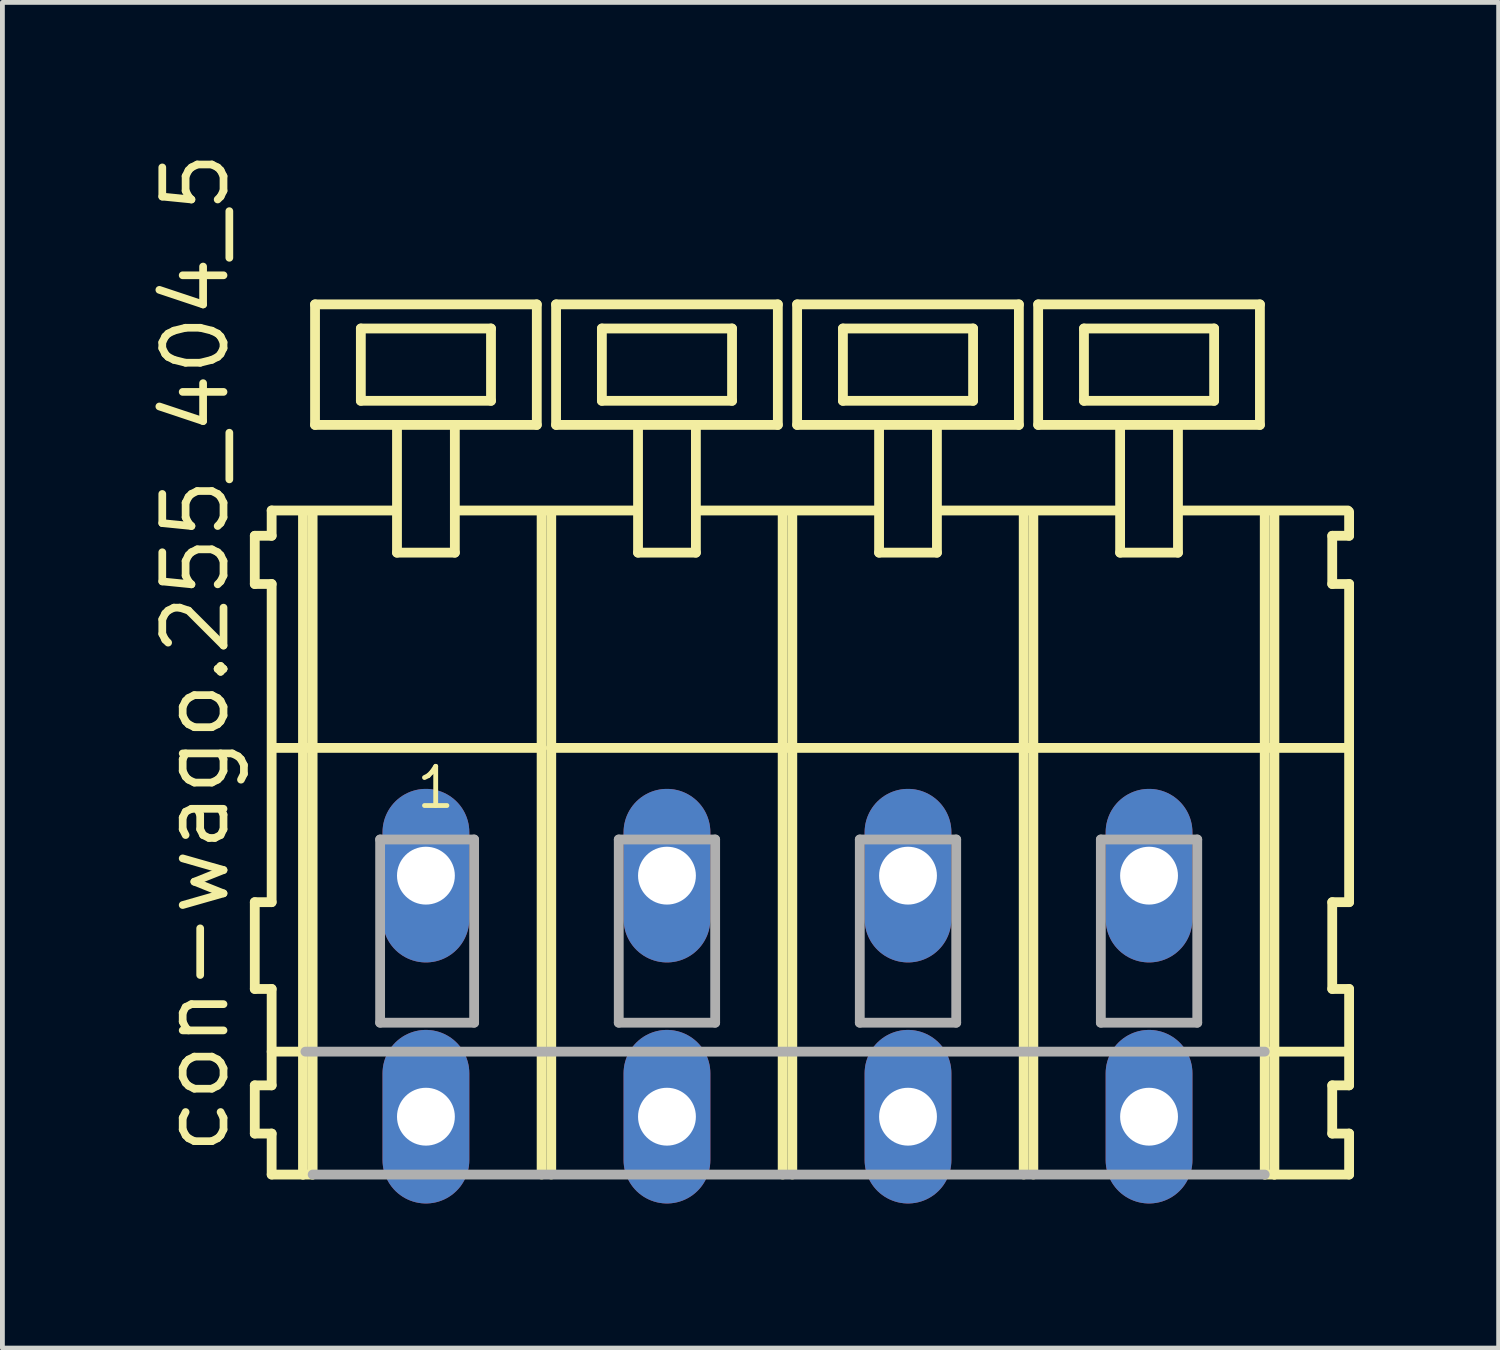
<source format=kicad_pcb>
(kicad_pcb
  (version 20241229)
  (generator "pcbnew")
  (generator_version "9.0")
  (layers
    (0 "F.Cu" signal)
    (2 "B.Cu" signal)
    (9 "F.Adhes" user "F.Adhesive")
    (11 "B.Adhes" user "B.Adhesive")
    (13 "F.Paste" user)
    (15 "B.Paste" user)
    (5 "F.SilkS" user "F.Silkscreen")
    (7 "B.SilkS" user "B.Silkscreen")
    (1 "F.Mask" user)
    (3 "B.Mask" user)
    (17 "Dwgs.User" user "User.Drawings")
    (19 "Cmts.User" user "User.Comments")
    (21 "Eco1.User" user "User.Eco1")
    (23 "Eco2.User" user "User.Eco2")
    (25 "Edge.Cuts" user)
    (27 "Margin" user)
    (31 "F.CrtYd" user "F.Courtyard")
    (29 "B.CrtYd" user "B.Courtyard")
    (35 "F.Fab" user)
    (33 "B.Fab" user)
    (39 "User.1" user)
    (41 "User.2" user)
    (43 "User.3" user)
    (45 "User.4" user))
  (footprint "con-wago.255_404_5"
    (layer "F.Cu")
    (at 13.285 15.114)
    (property "Reference" "con-wago.255_404_5" (at -11.535 5.855 90) (layer "F.SilkS") (effects (font (size 1.27 1.27) (thickness 0.16)) (justify left bottom)))
    (attr through_hole)
    (fp_line (start -11.05 -7.05) (end -11.05 -6.05) (stroke (width 0.203) (type default)) (layer "F.SilkS"))
    (fp_line (start -11.05 -6.05) (end -10.7 -6.05) (stroke (width 0.203) (type default)) (layer "F.SilkS"))
    (fp_line (start -11.05 0.55) (end -11.05 2.35) (stroke (width 0.203) (type default)) (layer "F.SilkS"))
    (fp_line (start -11.05 2.35) (end -10.7 2.35) (stroke (width 0.203) (type default)) (layer "F.SilkS"))
    (fp_line (start -11.05 4.35) (end -11.05 5.35) (stroke (width 0.203) (type default)) (layer "F.SilkS"))
    (fp_line (start -11.05 5.35) (end -10.7 5.35) (stroke (width 0.203) (type default)) (layer "F.SilkS"))
    (fp_line (start -10.7 -7.575) (end -10.7 -7.05) (stroke (width 0.203) (type default)) (layer "F.SilkS"))
    (fp_line (start -10.7 -7.575) (end -8.125 -7.575) (stroke (width 0.203) (type default)) (layer "F.SilkS"))
    (fp_line (start -10.7 -7.05) (end -11.05 -7.05) (stroke (width 0.203) (type default)) (layer "F.SilkS"))
    (fp_line (start -10.7 -6.05) (end -10.7 0.55) (stroke (width 0.203) (type default)) (layer "F.SilkS"))
    (fp_line (start -10.7 0.55) (end -11.05 0.55) (stroke (width 0.203) (type default)) (layer "F.SilkS"))
    (fp_line (start -10.7 2.35) (end -10.7 4.35) (stroke (width 0.203) (type default)) (layer "F.SilkS"))
    (fp_line (start -10.7 3.65) (end -10 3.65) (stroke (width 0.203) (type default)) (layer "F.SilkS"))
    (fp_line (start -10.7 4.35) (end -11.05 4.35) (stroke (width 0.203) (type default)) (layer "F.SilkS"))
    (fp_line (start -10.7 5.35) (end -10.7 6.2) (stroke (width 0.203) (type default)) (layer "F.SilkS"))
    (fp_line (start -10.7 6.2) (end -10.05 6.2) (stroke (width 0.203) (type default)) (layer "F.SilkS"))
    (fp_line (start -10.65 -2.65) (end -5.1 -2.65) (stroke (width 0.203) (type default)) (layer "F.SilkS"))
    (fp_line (start -10.05 -7.55) (end -10.05 6.2) (stroke (width 0.203) (type default)) (layer "F.SilkS"))
    (fp_line (start -10.05 6.2) (end -9.85 6.2) (stroke (width 0.203) (type default)) (layer "F.SilkS"))
    (fp_line (start -9.85 -7.55) (end -9.85 6.2) (stroke (width 0.203) (type default)) (layer "F.SilkS"))
    (fp_line (start -9.8 -11.85) (end -9.8 -9.35) (stroke (width 0.203) (type default)) (layer "F.SilkS"))
    (fp_line (start -9.8 -9.35) (end -8.1 -9.35) (stroke (width 0.203) (type default)) (layer "F.SilkS"))
    (fp_line (start -8.85 -11.35) (end -8.85 -9.85) (stroke (width 0.203) (type default)) (layer "F.SilkS"))
    (fp_line (start -8.85 -9.85) (end -6.15 -9.85) (stroke (width 0.203) (type default)) (layer "F.SilkS"))
    (fp_line (start -8.1 -9.35) (end -8.1 -6.7) (stroke (width 0.203) (type default)) (layer "F.SilkS"))
    (fp_line (start -8.1 -9.35) (end -6.9 -9.35) (stroke (width 0.203) (type default)) (layer "F.SilkS"))
    (fp_line (start -8.1 -6.7) (end -6.9 -6.7) (stroke (width 0.203) (type default)) (layer "F.SilkS"))
    (fp_line (start -6.9 -9.35) (end -5.2 -9.35) (stroke (width 0.203) (type default)) (layer "F.SilkS"))
    (fp_line (start -6.9 -6.7) (end -6.9 -9.35) (stroke (width 0.203) (type default)) (layer "F.SilkS"))
    (fp_line (start -6.825 -7.575) (end -3.125 -7.575) (stroke (width 0.203) (type default)) (layer "F.SilkS"))
    (fp_line (start -6.15 -11.35) (end -8.85 -11.35) (stroke (width 0.203) (type default)) (layer "F.SilkS"))
    (fp_line (start -6.15 -9.85) (end -6.15 -11.35) (stroke (width 0.203) (type default)) (layer "F.SilkS"))
    (fp_line (start -5.2 -11.85) (end -9.8 -11.85) (stroke (width 0.203) (type default)) (layer "F.SilkS"))
    (fp_line (start -5.2 -9.35) (end -5.2 -11.85) (stroke (width 0.203) (type default)) (layer "F.SilkS"))
    (fp_line (start -5.1 -7.55) (end -5.1 -2.65) (stroke (width 0.203) (type default)) (layer "F.SilkS"))
    (fp_line (start -5.1 -2.65) (end -5.1 6.2) (stroke (width 0.203) (type default)) (layer "F.SilkS"))
    (fp_line (start -4.9 -7.55) (end -4.9 -2.65) (stroke (width 0.203) (type default)) (layer "F.SilkS"))
    (fp_line (start -4.9 -2.65) (end -4.9 6.2) (stroke (width 0.203) (type default)) (layer "F.SilkS"))
    (fp_line (start -4.9 -2.65) (end -0.1 -2.65) (stroke (width 0.203) (type default)) (layer "F.SilkS"))
    (fp_line (start -4.8 -11.85) (end -4.8 -9.35) (stroke (width 0.203) (type default)) (layer "F.SilkS"))
    (fp_line (start -4.8 -9.35) (end -3.1 -9.35) (stroke (width 0.203) (type default)) (layer "F.SilkS"))
    (fp_line (start -3.85 -11.35) (end -3.85 -9.85) (stroke (width 0.203) (type default)) (layer "F.SilkS"))
    (fp_line (start -3.85 -9.85) (end -1.15 -9.85) (stroke (width 0.203) (type default)) (layer "F.SilkS"))
    (fp_line (start -3.1 -9.35) (end -3.1 -6.7) (stroke (width 0.203) (type default)) (layer "F.SilkS"))
    (fp_line (start -3.1 -9.35) (end -1.9 -9.35) (stroke (width 0.203) (type default)) (layer "F.SilkS"))
    (fp_line (start -3.1 -6.7) (end -1.9 -6.7) (stroke (width 0.203) (type default)) (layer "F.SilkS"))
    (fp_line (start -1.9 -9.35) (end -0.2 -9.35) (stroke (width 0.203) (type default)) (layer "F.SilkS"))
    (fp_line (start -1.9 -6.7) (end -1.9 -9.35) (stroke (width 0.203) (type default)) (layer "F.SilkS"))
    (fp_line (start -1.875 -7.575) (end 1.875 -7.575) (stroke (width 0.203) (type default)) (layer "F.SilkS"))
    (fp_line (start -1.15 -11.35) (end -3.85 -11.35) (stroke (width 0.203) (type default)) (layer "F.SilkS"))
    (fp_line (start -1.15 -9.85) (end -1.15 -11.35) (stroke (width 0.203) (type default)) (layer "F.SilkS"))
    (fp_line (start -0.2 -11.85) (end -4.8 -11.85) (stroke (width 0.203) (type default)) (layer "F.SilkS"))
    (fp_line (start -0.2 -9.35) (end -0.2 -11.85) (stroke (width 0.203) (type default)) (layer "F.SilkS"))
    (fp_line (start -0.1 -7.55) (end -0.1 -2.65) (stroke (width 0.203) (type default)) (layer "F.SilkS"))
    (fp_line (start -0.1 -2.65) (end -0.1 6.2) (stroke (width 0.203) (type default)) (layer "F.SilkS"))
    (fp_line (start -0.1 -2.65) (end 0.1 -2.65) (stroke (width 0.203) (type default)) (layer "F.SilkS"))
    (fp_line (start 0.1 -7.55) (end 0.1 -2.65) (stroke (width 0.203) (type default)) (layer "F.SilkS"))
    (fp_line (start 0.1 -2.65) (end 0.1 6.2) (stroke (width 0.203) (type default)) (layer "F.SilkS"))
    (fp_line (start 0.1 -2.65) (end 4.9 -2.65) (stroke (width 0.203) (type default)) (layer "F.SilkS"))
    (fp_line (start 0.2 -11.85) (end 0.2 -9.35) (stroke (width 0.203) (type default)) (layer "F.SilkS"))
    (fp_line (start 0.2 -9.35) (end 1.9 -9.35) (stroke (width 0.203) (type default)) (layer "F.SilkS"))
    (fp_line (start 1.15 -11.35) (end 1.15 -9.85) (stroke (width 0.203) (type default)) (layer "F.SilkS"))
    (fp_line (start 1.15 -9.85) (end 3.85 -9.85) (stroke (width 0.203) (type default)) (layer "F.SilkS"))
    (fp_line (start 1.9 -9.35) (end 1.9 -6.7) (stroke (width 0.203) (type default)) (layer "F.SilkS"))
    (fp_line (start 1.9 -9.35) (end 3.1 -9.35) (stroke (width 0.203) (type default)) (layer "F.SilkS"))
    (fp_line (start 1.9 -6.7) (end 3.1 -6.7) (stroke (width 0.203) (type default)) (layer "F.SilkS"))
    (fp_line (start 3.1 -9.35) (end 4.8 -9.35) (stroke (width 0.203) (type default)) (layer "F.SilkS"))
    (fp_line (start 3.1 -6.7) (end 3.1 -9.35) (stroke (width 0.203) (type default)) (layer "F.SilkS"))
    (fp_line (start 3.125 -7.575) (end 6.875 -7.575) (stroke (width 0.203) (type default)) (layer "F.SilkS"))
    (fp_line (start 3.85 -11.35) (end 1.15 -11.35) (stroke (width 0.203) (type default)) (layer "F.SilkS"))
    (fp_line (start 3.85 -9.85) (end 3.85 -11.35) (stroke (width 0.203) (type default)) (layer "F.SilkS"))
    (fp_line (start 4.8 -11.85) (end 0.2 -11.85) (stroke (width 0.203) (type default)) (layer "F.SilkS"))
    (fp_line (start 4.8 -9.35) (end 4.8 -11.85) (stroke (width 0.203) (type default)) (layer "F.SilkS"))
    (fp_line (start 4.9 -7.55) (end 4.9 -2.65) (stroke (width 0.203) (type default)) (layer "F.SilkS"))
    (fp_line (start 4.9 -2.65) (end 4.9 6.2) (stroke (width 0.203) (type default)) (layer "F.SilkS"))
    (fp_line (start 4.9 -2.65) (end 5.1 -2.65) (stroke (width 0.203) (type default)) (layer "F.SilkS"))
    (fp_line (start 4.9 -2.65) (end 9.9 -2.65) (stroke (width 0.203) (type default)) (layer "F.SilkS"))
    (fp_line (start 5.1 -7.55) (end 5.1 -2.65) (stroke (width 0.203) (type default)) (layer "F.SilkS"))
    (fp_line (start 5.1 -2.65) (end 5.1 6.2) (stroke (width 0.203) (type default)) (layer "F.SilkS"))
    (fp_line (start 5.2 -11.85) (end 5.2 -9.35) (stroke (width 0.203) (type default)) (layer "F.SilkS"))
    (fp_line (start 5.2 -9.35) (end 6.9 -9.35) (stroke (width 0.203) (type default)) (layer "F.SilkS"))
    (fp_line (start 6.15 -11.35) (end 6.15 -9.85) (stroke (width 0.203) (type default)) (layer "F.SilkS"))
    (fp_line (start 6.15 -9.85) (end 8.85 -9.85) (stroke (width 0.203) (type default)) (layer "F.SilkS"))
    (fp_line (start 6.9 -9.35) (end 6.9 -6.7) (stroke (width 0.203) (type default)) (layer "F.SilkS"))
    (fp_line (start 6.9 -9.35) (end 8.1 -9.35) (stroke (width 0.203) (type default)) (layer "F.SilkS"))
    (fp_line (start 6.9 -6.7) (end 8.1 -6.7) (stroke (width 0.203) (type default)) (layer "F.SilkS"))
    (fp_line (start 8.1 -9.35) (end 9.8 -9.35) (stroke (width 0.203) (type default)) (layer "F.SilkS"))
    (fp_line (start 8.1 -6.7) (end 8.1 -9.35) (stroke (width 0.203) (type default)) (layer "F.SilkS"))
    (fp_line (start 8.125 -7.575) (end 11.625 -7.575) (stroke (width 0.203) (type default)) (layer "F.SilkS"))
    (fp_line (start 8.85 -11.35) (end 6.15 -11.35) (stroke (width 0.203) (type default)) (layer "F.SilkS"))
    (fp_line (start 8.85 -9.85) (end 8.85 -11.35) (stroke (width 0.203) (type default)) (layer "F.SilkS"))
    (fp_line (start 9.8 -11.85) (end 5.2 -11.85) (stroke (width 0.203) (type default)) (layer "F.SilkS"))
    (fp_line (start 9.8 -9.35) (end 9.8 -11.85) (stroke (width 0.203) (type default)) (layer "F.SilkS"))
    (fp_line (start 9.9 -7.55) (end 9.9 -2.65) (stroke (width 0.203) (type default)) (layer "F.SilkS"))
    (fp_line (start 9.9 -2.65) (end 9.9 6.2) (stroke (width 0.203) (type default)) (layer "F.SilkS"))
    (fp_line (start 9.9 -2.65) (end 10.1 -2.65) (stroke (width 0.203) (type default)) (layer "F.SilkS"))
    (fp_line (start 9.9 6.2) (end 10.1 6.2) (stroke (width 0.203) (type default)) (layer "F.SilkS"))
    (fp_line (start 9.95 3.65) (end 11.65 3.65) (stroke (width 0.203) (type default)) (layer "F.SilkS"))
    (fp_line (start 10.1 -7.55) (end 10.1 -2.65) (stroke (width 0.203) (type default)) (layer "F.SilkS"))
    (fp_line (start 10.1 -2.65) (end 10.1 6.2) (stroke (width 0.203) (type default)) (layer "F.SilkS"))
    (fp_line (start 10.1 -2.65) (end 11.6 -2.65) (stroke (width 0.203) (type default)) (layer "F.SilkS"))
    (fp_line (start 10.1 6.2) (end 11.65 6.2) (stroke (width 0.203) (type default)) (layer "F.SilkS"))
    (fp_line (start 11.3 -7.05) (end 11.3 -6.05) (stroke (width 0.203) (type default)) (layer "F.SilkS"))
    (fp_line (start 11.3 -6.05) (end 11.65 -6.05) (stroke (width 0.203) (type default)) (layer "F.SilkS"))
    (fp_line (start 11.3 0.55) (end 11.3 2.35) (stroke (width 0.203) (type default)) (layer "F.SilkS"))
    (fp_line (start 11.3 2.35) (end 11.65 2.35) (stroke (width 0.203) (type default)) (layer "F.SilkS"))
    (fp_line (start 11.3 4.35) (end 11.3 5.35) (stroke (width 0.203) (type default)) (layer "F.SilkS"))
    (fp_line (start 11.3 5.35) (end 11.65 5.35) (stroke (width 0.203) (type default)) (layer "F.SilkS"))
    (fp_line (start 11.65 -7.05) (end 11.3 -7.05) (stroke (width 0.203) (type default)) (layer "F.SilkS"))
    (fp_line (start 11.65 -7.05) (end 11.65 -7.55) (stroke (width 0.203) (type default)) (layer "F.SilkS"))
    (fp_line (start 11.65 0.55) (end 11.3 0.55) (stroke (width 0.203) (type default)) (layer "F.SilkS"))
    (fp_line (start 11.65 0.55) (end 11.65 -6.05) (stroke (width 0.203) (type default)) (layer "F.SilkS"))
    (fp_line (start 11.65 3.65) (end 11.65 2.35) (stroke (width 0.203) (type default)) (layer "F.SilkS"))
    (fp_line (start 11.65 4.35) (end 11.3 4.35) (stroke (width 0.203) (type default)) (layer "F.SilkS"))
    (fp_line (start 11.65 4.35) (end 11.65 3.65) (stroke (width 0.203) (type default)) (layer "F.SilkS"))
    (fp_line (start 11.65 6.2) (end 11.65 5.35) (stroke (width 0.203) (type default)) (layer "F.SilkS"))
    (fp_line (start -10 3.65) (end 9.9 3.65) (stroke (width 0.203) (type default)) (layer "F.Fab"))
    (fp_line (start -9.85 6.2) (end 9.9 6.2) (stroke (width 0.203) (type default)) (layer "F.Fab"))
    (fp_line (start -8.45 -0.75) (end -8.45 3.05) (stroke (width 0.203) (type default)) (layer "F.Fab"))
    (fp_line (start -8.45 3.05) (end -6.5 3.05) (stroke (width 0.203) (type default)) (layer "F.Fab"))
    (fp_line (start -6.5 -0.75) (end -8.45 -0.75) (stroke (width 0.203) (type default)) (layer "F.Fab"))
    (fp_line (start -6.5 3.05) (end -6.5 -0.75) (stroke (width 0.203) (type default)) (layer "F.Fab"))
    (fp_line (start -3.5 -0.75) (end -3.5 3.05) (stroke (width 0.203) (type default)) (layer "F.Fab"))
    (fp_line (start -3.5 3.05) (end -1.5 3.05) (stroke (width 0.203) (type default)) (layer "F.Fab"))
    (fp_line (start -1.5 -0.75) (end -3.5 -0.75) (stroke (width 0.203) (type default)) (layer "F.Fab"))
    (fp_line (start -1.5 3.05) (end -1.5 -0.75) (stroke (width 0.203) (type default)) (layer "F.Fab"))
    (fp_line (start 1.5 -0.75) (end 1.5 3.05) (stroke (width 0.203) (type default)) (layer "F.Fab"))
    (fp_line (start 1.5 3.05) (end 3.5 3.05) (stroke (width 0.203) (type default)) (layer "F.Fab"))
    (fp_line (start 3.5 -0.75) (end 1.5 -0.75) (stroke (width 0.203) (type default)) (layer "F.Fab"))
    (fp_line (start 3.5 3.05) (end 3.5 -0.75) (stroke (width 0.203) (type default)) (layer "F.Fab"))
    (fp_line (start 6.5 -0.75) (end 6.5 3.05) (stroke (width 0.203) (type default)) (layer "F.Fab"))
    (fp_line (start 6.5 3.05) (end 8.5 3.05) (stroke (width 0.203) (type default)) (layer "F.Fab"))
    (fp_line (start 8.5 -0.75) (end 6.5 -0.75) (stroke (width 0.203) (type default)) (layer "F.Fab"))
    (fp_line (start 8.5 3.05) (end 8.5 -0.75) (stroke (width 0.203) (type default)) (layer "F.Fab"))
    (fp_text user "1" (at -7.75 -1.35 0) (layer "F.SilkS") (effects (font (size 0.813 0.813) (thickness 0.1)) (justify left bottom)))
    (pad "A1" thru_hole oval (at -7.5 0 90) (size 3.6 1.8) (drill 1.2) (layers "*.Cu" "*.Mask"))
    (pad "A2" thru_hole oval (at -2.5 0 90) (size 3.6 1.8) (drill 1.2) (layers "*.Cu" "*.Mask"))
    (pad "A3" thru_hole oval (at 2.5 0 90) (size 3.6 1.8) (drill 1.2) (layers "*.Cu" "*.Mask"))
    (pad "A4" thru_hole oval (at 7.5 0 90) (size 3.6 1.8) (drill 1.2) (layers "*.Cu" "*.Mask"))
    (pad "B1" thru_hole oval (at -7.5 5 90) (size 3.6 1.8) (drill 1.2) (layers "*.Cu" "*.Mask"))
    (pad "B2" thru_hole oval (at -2.5 5 90) (size 3.6 1.8) (drill 1.2) (layers "*.Cu" "*.Mask"))
    (pad "B3" thru_hole oval (at 2.5 5 90) (size 3.6 1.8) (drill 1.2) (layers "*.Cu" "*.Mask"))
    (pad "B4" thru_hole oval (at 7.5 5 90) (size 3.6 1.8) (drill 1.2) (layers "*.Cu" "*.Mask")))
  (gr_rect
    (start -3 -3)
    (end 28.037 24.914)
    (stroke (width 0.1) (type default))
    (fill no)
    (layer "Edge.Cuts")))
</source>
